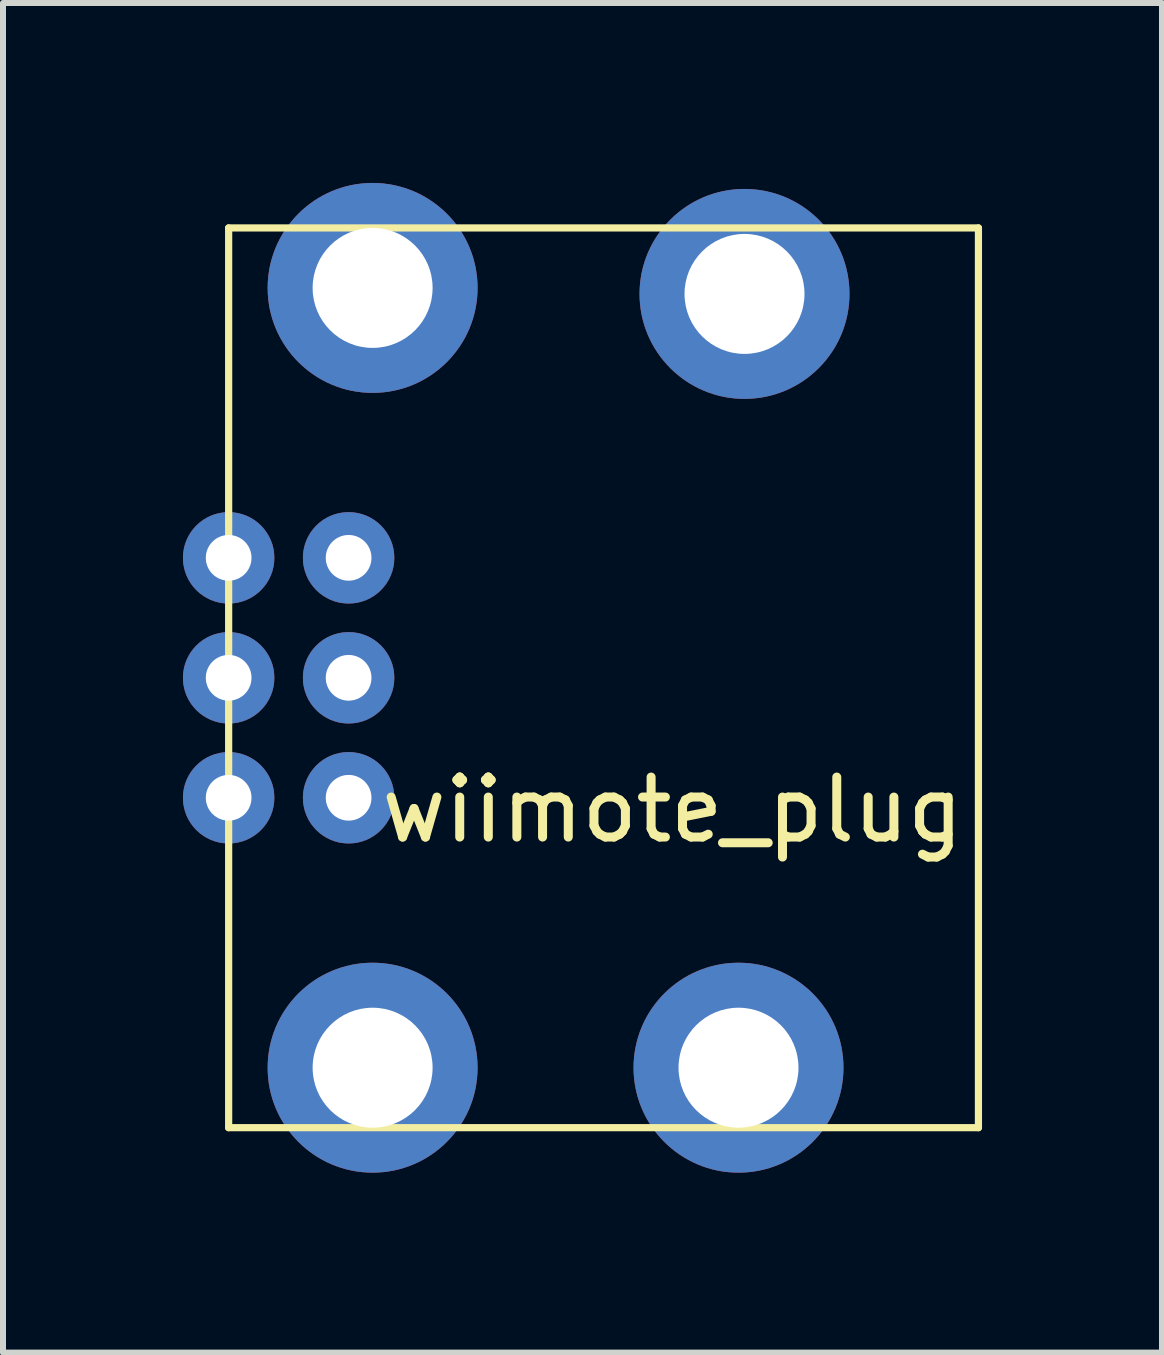
<source format=kicad_pcb>
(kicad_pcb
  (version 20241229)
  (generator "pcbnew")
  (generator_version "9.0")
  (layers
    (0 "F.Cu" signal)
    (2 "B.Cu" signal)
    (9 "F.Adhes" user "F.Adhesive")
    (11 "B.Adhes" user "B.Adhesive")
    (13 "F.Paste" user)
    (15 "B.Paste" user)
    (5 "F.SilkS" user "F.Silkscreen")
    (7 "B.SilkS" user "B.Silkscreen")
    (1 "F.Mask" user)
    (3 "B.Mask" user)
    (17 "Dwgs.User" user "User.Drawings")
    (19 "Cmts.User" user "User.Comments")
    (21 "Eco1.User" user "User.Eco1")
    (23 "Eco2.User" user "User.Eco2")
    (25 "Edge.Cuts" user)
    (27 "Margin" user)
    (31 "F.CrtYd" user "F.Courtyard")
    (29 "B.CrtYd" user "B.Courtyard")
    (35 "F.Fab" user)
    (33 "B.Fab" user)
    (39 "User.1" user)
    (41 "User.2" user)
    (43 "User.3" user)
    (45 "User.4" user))
  (footprint "wiimote_plug"
    (layer "F.Cu")
    (at 0.762 8.25)
    (property "Reference" "wiimote_plug" (at 7.4 2.2 0) (layer "F.SilkS") (effects (font (size 1 1) (thickness 0.15))))
    (attr through_hole)
    (fp_line (start 0 -7.5) (end 12.5 -7.5) (stroke (width 0.12) (type solid)) (layer "F.SilkS"))
    (fp_line (start 0 7.5) (end 0 -7.5) (stroke (width 0.12) (type solid)) (layer "F.SilkS"))
    (fp_line (start 12.5 -7.5) (end 12.5 7.5) (stroke (width 0.12) (type solid)) (layer "F.SilkS"))
    (fp_line (start 12.5 7.5) (end 0 7.5) (stroke (width 0.12) (type solid)) (layer "F.SilkS"))
    (pad "1" thru_hole circle (at 0 2) (size 1.524 1.524) (drill 0.762) (layers "*.Cu" "*.Mask"))
    (pad "2" thru_hole circle (at 2 2) (size 1.524 1.524) (drill 0.762) (layers "*.Cu" "*.Mask"))
    (pad "3" thru_hole circle (at 0 0) (size 1.524 1.524) (drill 0.762) (layers "*.Cu" "*.Mask"))
    (pad "4" thru_hole circle (at 2 0) (size 1.524 1.524) (drill 0.762) (layers "*.Cu" "*.Mask"))
    (pad "5" thru_hole circle (at 0 -2) (size 1.524 1.524) (drill 0.762) (layers "*.Cu" "*.Mask"))
    (pad "6" thru_hole circle (at 2 -2) (size 1.524 1.524) (drill 0.762) (layers "*.Cu" "*.Mask"))
    (pad "NC" thru_hole circle (at 2.4 -6.5) (size 3.5 3.5) (drill 2) (layers "*.Cu" "*.Mask"))
    (pad "NC" thru_hole circle (at 2.4 6.5) (size 3.5 3.5) (drill 2) (layers "*.Cu" "*.Mask"))
    (pad "NC" thru_hole circle (at 8.5 6.5) (size 3.5 3.5) (drill 2) (layers "*.Cu" "*.Mask"))
    (pad "NC" thru_hole circle (at 8.6 -6.4) (size 3.5 3.5) (drill 2) (layers "*.Cu" "*.Mask")))
  (gr_rect
    (start -3 -3)
    (end 16.322 19.5)
    (stroke (width 0.1) (type default))
    (fill no)
    (layer "Edge.Cuts")))
</source>
